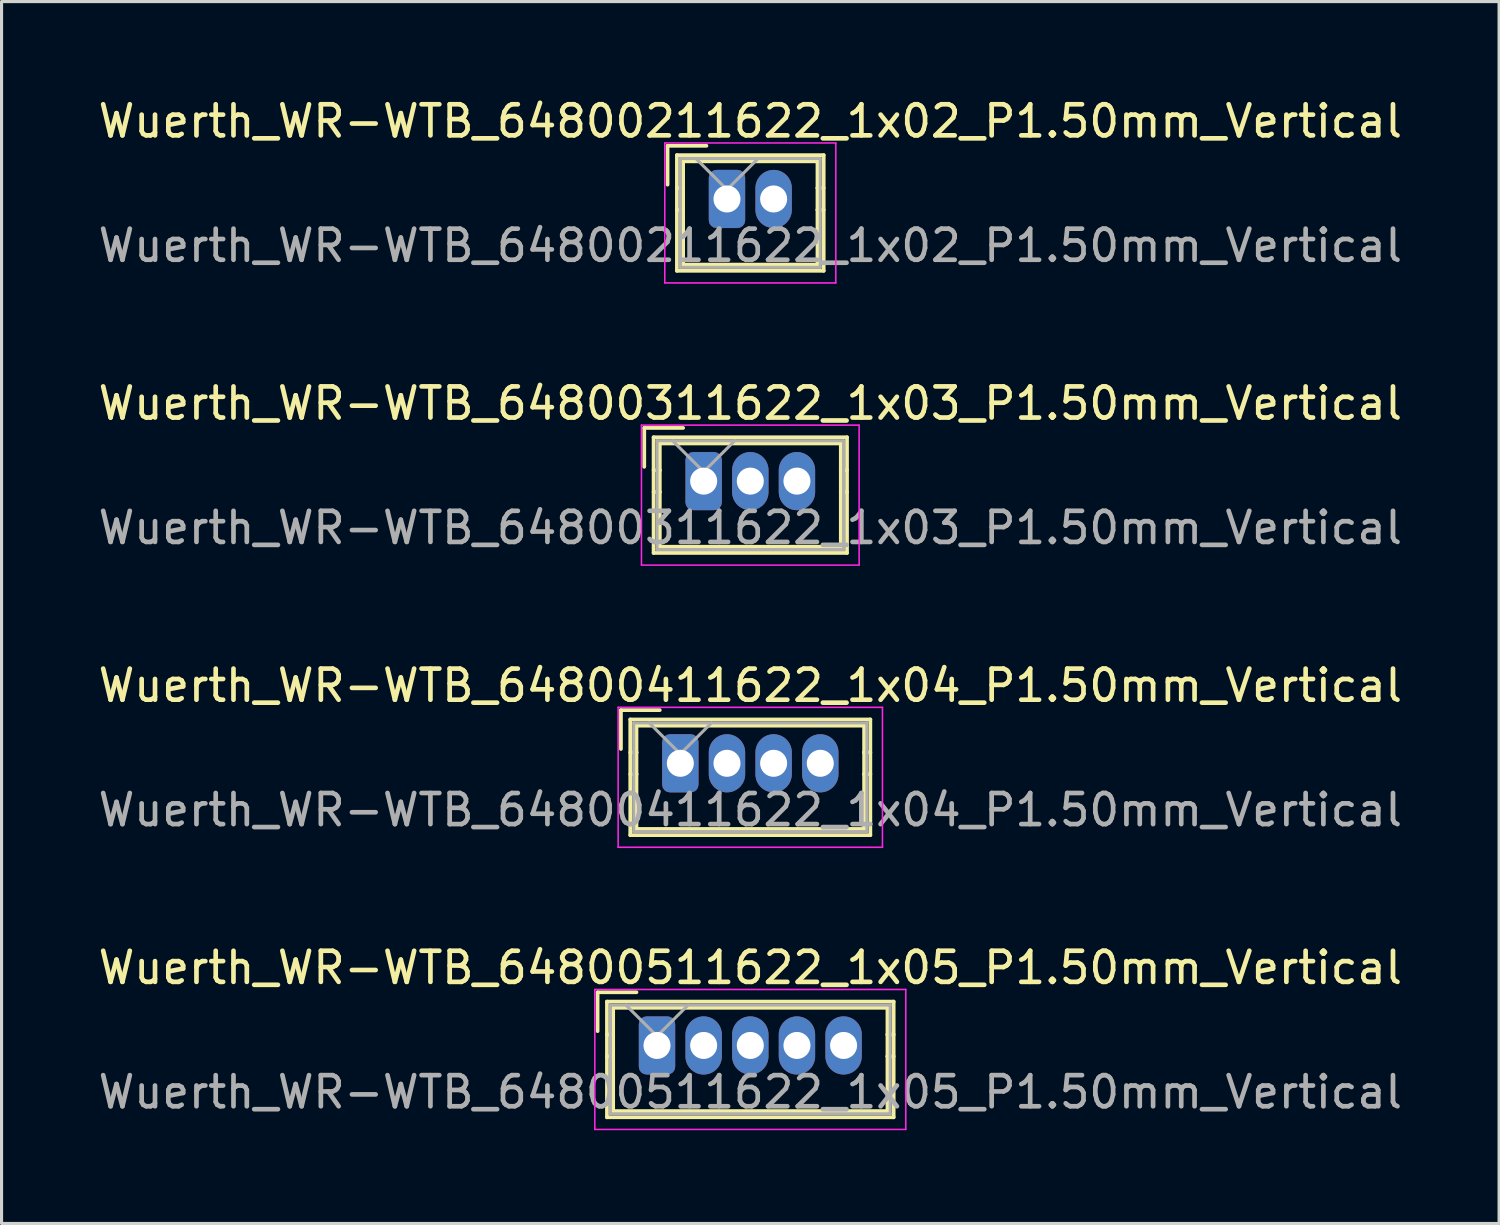
<source format=kicad_pcb>
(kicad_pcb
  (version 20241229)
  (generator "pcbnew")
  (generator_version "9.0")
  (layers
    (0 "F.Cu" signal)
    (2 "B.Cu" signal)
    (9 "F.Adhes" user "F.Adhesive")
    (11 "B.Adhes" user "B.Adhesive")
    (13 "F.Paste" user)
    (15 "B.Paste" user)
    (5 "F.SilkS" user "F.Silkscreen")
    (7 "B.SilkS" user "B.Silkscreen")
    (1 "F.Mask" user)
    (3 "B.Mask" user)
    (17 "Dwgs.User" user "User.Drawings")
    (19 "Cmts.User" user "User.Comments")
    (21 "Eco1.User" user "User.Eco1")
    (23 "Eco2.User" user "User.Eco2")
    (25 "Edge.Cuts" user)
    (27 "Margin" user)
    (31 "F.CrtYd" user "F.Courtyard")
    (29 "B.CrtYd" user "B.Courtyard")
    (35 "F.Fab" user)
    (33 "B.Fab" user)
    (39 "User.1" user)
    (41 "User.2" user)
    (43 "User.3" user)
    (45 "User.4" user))
  (footprint "Wuerth_WR-WTB_64800211622_1x02_P1.50mm_Vertical"
    (layer "F.Cu")
    (at 20.327 3.348)
    (property "Reference" "Wuerth_WR-WTB_64800211622_1x02_P1.50mm_Vertical" (at 0.75 -2.5 0) (layer "F.SilkS") (effects (font (size 1 1) (thickness 0.15))))
    (attr through_hole)
    (fp_line (start -1.91 -1.71) (end -1.91 -0.46) (stroke (width 0.12) (type solid)) (layer "F.SilkS"))
    (fp_line (start -1.61 -1.41) (end -1.61 2.31) (stroke (width 0.12) (type solid)) (layer "F.SilkS"))
    (fp_line (start -1.61 -0.35) (end -1.41 -0.35) (stroke (width 0.12) (type solid)) (layer "F.SilkS"))
    (fp_line (start -1.61 2.31) (end 3.11 2.31) (stroke (width 0.12) (type solid)) (layer "F.SilkS"))
    (fp_line (start -1.41 -1.21) (end 2.91 -1.21) (stroke (width 0.12) (type solid)) (layer "F.SilkS"))
    (fp_line (start -1.41 -0.35) (end -1.41 -1.21) (stroke (width 0.12) (type solid)) (layer "F.SilkS"))
    (fp_line (start -1.41 -0.35) (end -1.41 0.35) (stroke (width 0.12) (type solid)) (layer "F.SilkS"))
    (fp_line (start -1.41 0.35) (end -1.61 0.35) (stroke (width 0.12) (type solid)) (layer "F.SilkS"))
    (fp_line (start -1.41 0.35) (end -1.41 2.11) (stroke (width 0.12) (type solid)) (layer "F.SilkS"))
    (fp_line (start -1.41 2.11) (end 2.91 2.11) (stroke (width 0.12) (type solid)) (layer "F.SilkS"))
    (fp_line (start -0.66 -1.71) (end -1.91 -1.71) (stroke (width 0.12) (type solid)) (layer "F.SilkS"))
    (fp_line (start 2.91 -1.21) (end 2.91 -0.35) (stroke (width 0.12) (type solid)) (layer "F.SilkS"))
    (fp_line (start 2.91 -0.35) (end 2.91 0.35) (stroke (width 0.12) (type solid)) (layer "F.SilkS"))
    (fp_line (start 2.91 -0.35) (end 3.11 -0.35) (stroke (width 0.12) (type solid)) (layer "F.SilkS"))
    (fp_line (start 2.91 0.35) (end 3.11 0.35) (stroke (width 0.12) (type solid)) (layer "F.SilkS"))
    (fp_line (start 2.91 2.11) (end 2.91 0.35) (stroke (width 0.12) (type solid)) (layer "F.SilkS"))
    (fp_line (start 3.11 -1.41) (end -1.61 -1.41) (stroke (width 0.12) (type solid)) (layer "F.SilkS"))
    (fp_line (start 3.11 2.31) (end 3.11 -1.41) (stroke (width 0.12) (type solid)) (layer "F.SilkS"))
    (fp_line (start -2 -1.8) (end -2 2.7) (stroke (width 0.05) (type solid)) (layer "F.CrtYd"))
    (fp_line (start -2 2.7) (end 3.5 2.7) (stroke (width 0.05) (type solid)) (layer "F.CrtYd"))
    (fp_line (start 3.5 -1.8) (end -2 -1.8) (stroke (width 0.05) (type solid)) (layer "F.CrtYd"))
    (fp_line (start 3.5 2.7) (end 3.5 -1.8) (stroke (width 0.05) (type solid)) (layer "F.CrtYd"))
    (fp_line (start -1.5 -1.3) (end -1.5 2.2) (stroke (width 0.1) (type solid)) (layer "F.Fab"))
    (fp_line (start -1.5 2.2) (end 3 2.2) (stroke (width 0.1) (type solid)) (layer "F.Fab"))
    (fp_line (start -1 -1.3) (end 0 -0.3) (stroke (width 0.1) (type solid)) (layer "F.Fab"))
    (fp_line (start 0 -0.3) (end 1 -1.3) (stroke (width 0.1) (type solid)) (layer "F.Fab"))
    (fp_line (start 3 -1.3) (end -1.5 -1.3) (stroke (width 0.1) (type solid)) (layer "F.Fab"))
    (fp_line (start 3 2.2) (end 3 -1.3) (stroke (width 0.1) (type solid)) (layer "F.Fab"))
    (fp_text user "${REFERENCE}" (at 0.75 1.5 0) (layer "F.Fab") (effects (font (size 1 1) (thickness 0.15))))
    (pad "1" thru_hole roundrect (at 0 0) (size 1.17 1.87) (drill 0.87) (layers "*.Cu" "*.Mask") (roundrect_rratio 0.214))
    (pad "2" thru_hole oval (at 1.5 0) (size 1.17 1.87) (drill 0.87) (layers "*.Cu" "*.Mask")))
  (footprint "Wuerth_WR-WTB_64800511622_1x05_P1.50mm_Vertical"
    (layer "F.Cu")
    (at 18.077 30.568)
    (property "Reference" "Wuerth_WR-WTB_64800511622_1x05_P1.50mm_Vertical" (at 3 -2.5 0) (layer "F.SilkS") (effects (font (size 1 1) (thickness 0.15))))
    (attr through_hole)
    (fp_line (start -1.91 -1.71) (end -1.91 -0.46) (stroke (width 0.12) (type solid)) (layer "F.SilkS"))
    (fp_line (start -1.61 -1.41) (end -1.61 2.31) (stroke (width 0.12) (type solid)) (layer "F.SilkS"))
    (fp_line (start -1.61 -0.35) (end -1.41 -0.35) (stroke (width 0.12) (type solid)) (layer "F.SilkS"))
    (fp_line (start -1.61 2.31) (end 7.61 2.31) (stroke (width 0.12) (type solid)) (layer "F.SilkS"))
    (fp_line (start -1.41 -1.21) (end 7.41 -1.21) (stroke (width 0.12) (type solid)) (layer "F.SilkS"))
    (fp_line (start -1.41 -0.35) (end -1.41 -1.21) (stroke (width 0.12) (type solid)) (layer "F.SilkS"))
    (fp_line (start -1.41 -0.35) (end -1.41 0.35) (stroke (width 0.12) (type solid)) (layer "F.SilkS"))
    (fp_line (start -1.41 0.35) (end -1.61 0.35) (stroke (width 0.12) (type solid)) (layer "F.SilkS"))
    (fp_line (start -1.41 0.35) (end -1.41 2.11) (stroke (width 0.12) (type solid)) (layer "F.SilkS"))
    (fp_line (start -1.41 2.11) (end 7.41 2.11) (stroke (width 0.12) (type solid)) (layer "F.SilkS"))
    (fp_line (start -0.66 -1.71) (end -1.91 -1.71) (stroke (width 0.12) (type solid)) (layer "F.SilkS"))
    (fp_line (start 7.41 -1.21) (end 7.41 -0.35) (stroke (width 0.12) (type solid)) (layer "F.SilkS"))
    (fp_line (start 7.41 -0.35) (end 7.41 0.35) (stroke (width 0.12) (type solid)) (layer "F.SilkS"))
    (fp_line (start 7.41 -0.35) (end 7.61 -0.35) (stroke (width 0.12) (type solid)) (layer "F.SilkS"))
    (fp_line (start 7.41 0.35) (end 7.61 0.35) (stroke (width 0.12) (type solid)) (layer "F.SilkS"))
    (fp_line (start 7.41 2.11) (end 7.41 0.35) (stroke (width 0.12) (type solid)) (layer "F.SilkS"))
    (fp_line (start 7.61 -1.41) (end -1.61 -1.41) (stroke (width 0.12) (type solid)) (layer "F.SilkS"))
    (fp_line (start 7.61 2.31) (end 7.61 -1.41) (stroke (width 0.12) (type solid)) (layer "F.SilkS"))
    (fp_line (start -2 -1.8) (end -2 2.7) (stroke (width 0.05) (type solid)) (layer "F.CrtYd"))
    (fp_line (start -2 2.7) (end 8 2.7) (stroke (width 0.05) (type solid)) (layer "F.CrtYd"))
    (fp_line (start 8 -1.8) (end -2 -1.8) (stroke (width 0.05) (type solid)) (layer "F.CrtYd"))
    (fp_line (start 8 2.7) (end 8 -1.8) (stroke (width 0.05) (type solid)) (layer "F.CrtYd"))
    (fp_line (start -1.5 -1.3) (end -1.5 2.2) (stroke (width 0.1) (type solid)) (layer "F.Fab"))
    (fp_line (start -1.5 2.2) (end 7.5 2.2) (stroke (width 0.1) (type solid)) (layer "F.Fab"))
    (fp_line (start -1 -1.3) (end 0 -0.3) (stroke (width 0.1) (type solid)) (layer "F.Fab"))
    (fp_line (start 0 -0.3) (end 1 -1.3) (stroke (width 0.1) (type solid)) (layer "F.Fab"))
    (fp_line (start 7.5 -1.3) (end -1.5 -1.3) (stroke (width 0.1) (type solid)) (layer "F.Fab"))
    (fp_line (start 7.5 2.2) (end 7.5 -1.3) (stroke (width 0.1) (type solid)) (layer "F.Fab"))
    (fp_text user "${REFERENCE}" (at 3 1.5 0) (layer "F.Fab") (effects (font (size 1 1) (thickness 0.15))))
    (pad "1" thru_hole roundrect (at 0 0) (size 1.17 1.87) (drill 0.87) (layers "*.Cu" "*.Mask") (roundrect_rratio 0.214))
    (pad "2" thru_hole oval (at 1.5 0) (size 1.17 1.87) (drill 0.87) (layers "*.Cu" "*.Mask"))
    (pad "3" thru_hole oval (at 3 0) (size 1.17 1.87) (drill 0.87) (layers "*.Cu" "*.Mask"))
    (pad "4" thru_hole oval (at 4.5 0) (size 1.17 1.87) (drill 0.87) (layers "*.Cu" "*.Mask"))
    (pad "5" thru_hole oval (at 6 0) (size 1.17 1.87) (drill 0.87) (layers "*.Cu" "*.Mask")))
  (footprint "Wuerth_WR-WTB_64800411622_1x04_P1.50mm_Vertical"
    (layer "F.Cu")
    (at 18.827 21.495)
    (property "Reference" "Wuerth_WR-WTB_64800411622_1x04_P1.50mm_Vertical" (at 2.25 -2.5 0) (layer "F.SilkS") (effects (font (size 1 1) (thickness 0.15))))
    (attr through_hole)
    (fp_line (start -1.91 -1.71) (end -1.91 -0.46) (stroke (width 0.12) (type solid)) (layer "F.SilkS"))
    (fp_line (start -1.61 -1.41) (end -1.61 2.31) (stroke (width 0.12) (type solid)) (layer "F.SilkS"))
    (fp_line (start -1.61 -0.35) (end -1.41 -0.35) (stroke (width 0.12) (type solid)) (layer "F.SilkS"))
    (fp_line (start -1.61 2.31) (end 6.11 2.31) (stroke (width 0.12) (type solid)) (layer "F.SilkS"))
    (fp_line (start -1.41 -1.21) (end 5.91 -1.21) (stroke (width 0.12) (type solid)) (layer "F.SilkS"))
    (fp_line (start -1.41 -0.35) (end -1.41 -1.21) (stroke (width 0.12) (type solid)) (layer "F.SilkS"))
    (fp_line (start -1.41 -0.35) (end -1.41 0.35) (stroke (width 0.12) (type solid)) (layer "F.SilkS"))
    (fp_line (start -1.41 0.35) (end -1.61 0.35) (stroke (width 0.12) (type solid)) (layer "F.SilkS"))
    (fp_line (start -1.41 0.35) (end -1.41 2.11) (stroke (width 0.12) (type solid)) (layer "F.SilkS"))
    (fp_line (start -1.41 2.11) (end 5.91 2.11) (stroke (width 0.12) (type solid)) (layer "F.SilkS"))
    (fp_line (start -0.66 -1.71) (end -1.91 -1.71) (stroke (width 0.12) (type solid)) (layer "F.SilkS"))
    (fp_line (start 5.91 -1.21) (end 5.91 -0.35) (stroke (width 0.12) (type solid)) (layer "F.SilkS"))
    (fp_line (start 5.91 -0.35) (end 5.91 0.35) (stroke (width 0.12) (type solid)) (layer "F.SilkS"))
    (fp_line (start 5.91 -0.35) (end 6.11 -0.35) (stroke (width 0.12) (type solid)) (layer "F.SilkS"))
    (fp_line (start 5.91 0.35) (end 6.11 0.35) (stroke (width 0.12) (type solid)) (layer "F.SilkS"))
    (fp_line (start 5.91 2.11) (end 5.91 0.35) (stroke (width 0.12) (type solid)) (layer "F.SilkS"))
    (fp_line (start 6.11 -1.41) (end -1.61 -1.41) (stroke (width 0.12) (type solid)) (layer "F.SilkS"))
    (fp_line (start 6.11 2.31) (end 6.11 -1.41) (stroke (width 0.12) (type solid)) (layer "F.SilkS"))
    (fp_line (start -2 -1.8) (end -2 2.7) (stroke (width 0.05) (type solid)) (layer "F.CrtYd"))
    (fp_line (start -2 2.7) (end 6.5 2.7) (stroke (width 0.05) (type solid)) (layer "F.CrtYd"))
    (fp_line (start 6.5 -1.8) (end -2 -1.8) (stroke (width 0.05) (type solid)) (layer "F.CrtYd"))
    (fp_line (start 6.5 2.7) (end 6.5 -1.8) (stroke (width 0.05) (type solid)) (layer "F.CrtYd"))
    (fp_line (start -1.5 -1.3) (end -1.5 2.2) (stroke (width 0.1) (type solid)) (layer "F.Fab"))
    (fp_line (start -1.5 2.2) (end 6 2.2) (stroke (width 0.1) (type solid)) (layer "F.Fab"))
    (fp_line (start -1 -1.3) (end 0 -0.3) (stroke (width 0.1) (type solid)) (layer "F.Fab"))
    (fp_line (start 0 -0.3) (end 1 -1.3) (stroke (width 0.1) (type solid)) (layer "F.Fab"))
    (fp_line (start 6 -1.3) (end -1.5 -1.3) (stroke (width 0.1) (type solid)) (layer "F.Fab"))
    (fp_line (start 6 2.2) (end 6 -1.3) (stroke (width 0.1) (type solid)) (layer "F.Fab"))
    (fp_text user "${REFERENCE}" (at 2.25 1.5 0) (layer "F.Fab") (effects (font (size 1 1) (thickness 0.15))))
    (pad "1" thru_hole roundrect (at 0 0) (size 1.17 1.87) (drill 0.87) (layers "*.Cu" "*.Mask") (roundrect_rratio 0.214))
    (pad "2" thru_hole oval (at 1.5 0) (size 1.17 1.87) (drill 0.87) (layers "*.Cu" "*.Mask"))
    (pad "3" thru_hole oval (at 3 0) (size 1.17 1.87) (drill 0.87) (layers "*.Cu" "*.Mask"))
    (pad "4" thru_hole oval (at 4.5 0) (size 1.17 1.87) (drill 0.87) (layers "*.Cu" "*.Mask")))
  (footprint "Wuerth_WR-WTB_64800311622_1x03_P1.50mm_Vertical"
    (layer "F.Cu")
    (at 19.577 12.421)
    (property "Reference" "Wuerth_WR-WTB_64800311622_1x03_P1.50mm_Vertical" (at 1.5 -2.5 0) (layer "F.SilkS") (effects (font (size 1 1) (thickness 0.15))))
    (attr through_hole)
    (fp_line (start -1.91 -1.71) (end -1.91 -0.46) (stroke (width 0.12) (type solid)) (layer "F.SilkS"))
    (fp_line (start -1.61 -1.41) (end -1.61 2.31) (stroke (width 0.12) (type solid)) (layer "F.SilkS"))
    (fp_line (start -1.61 -0.35) (end -1.41 -0.35) (stroke (width 0.12) (type solid)) (layer "F.SilkS"))
    (fp_line (start -1.61 2.31) (end 4.61 2.31) (stroke (width 0.12) (type solid)) (layer "F.SilkS"))
    (fp_line (start -1.41 -1.21) (end 4.41 -1.21) (stroke (width 0.12) (type solid)) (layer "F.SilkS"))
    (fp_line (start -1.41 -0.35) (end -1.41 -1.21) (stroke (width 0.12) (type solid)) (layer "F.SilkS"))
    (fp_line (start -1.41 -0.35) (end -1.41 0.35) (stroke (width 0.12) (type solid)) (layer "F.SilkS"))
    (fp_line (start -1.41 0.35) (end -1.61 0.35) (stroke (width 0.12) (type solid)) (layer "F.SilkS"))
    (fp_line (start -1.41 0.35) (end -1.41 2.11) (stroke (width 0.12) (type solid)) (layer "F.SilkS"))
    (fp_line (start -1.41 2.11) (end 4.41 2.11) (stroke (width 0.12) (type solid)) (layer "F.SilkS"))
    (fp_line (start -0.66 -1.71) (end -1.91 -1.71) (stroke (width 0.12) (type solid)) (layer "F.SilkS"))
    (fp_line (start 4.41 -1.21) (end 4.41 -0.35) (stroke (width 0.12) (type solid)) (layer "F.SilkS"))
    (fp_line (start 4.41 -0.35) (end 4.41 0.35) (stroke (width 0.12) (type solid)) (layer "F.SilkS"))
    (fp_line (start 4.41 -0.35) (end 4.61 -0.35) (stroke (width 0.12) (type solid)) (layer "F.SilkS"))
    (fp_line (start 4.41 0.35) (end 4.61 0.35) (stroke (width 0.12) (type solid)) (layer "F.SilkS"))
    (fp_line (start 4.41 2.11) (end 4.41 0.35) (stroke (width 0.12) (type solid)) (layer "F.SilkS"))
    (fp_line (start 4.61 -1.41) (end -1.61 -1.41) (stroke (width 0.12) (type solid)) (layer "F.SilkS"))
    (fp_line (start 4.61 2.31) (end 4.61 -1.41) (stroke (width 0.12) (type solid)) (layer "F.SilkS"))
    (fp_line (start -2 -1.8) (end -2 2.7) (stroke (width 0.05) (type solid)) (layer "F.CrtYd"))
    (fp_line (start -2 2.7) (end 5 2.7) (stroke (width 0.05) (type solid)) (layer "F.CrtYd"))
    (fp_line (start 5 -1.8) (end -2 -1.8) (stroke (width 0.05) (type solid)) (layer "F.CrtYd"))
    (fp_line (start 5 2.7) (end 5 -1.8) (stroke (width 0.05) (type solid)) (layer "F.CrtYd"))
    (fp_line (start -1.5 -1.3) (end -1.5 2.2) (stroke (width 0.1) (type solid)) (layer "F.Fab"))
    (fp_line (start -1.5 2.2) (end 4.5 2.2) (stroke (width 0.1) (type solid)) (layer "F.Fab"))
    (fp_line (start -1 -1.3) (end 0 -0.3) (stroke (width 0.1) (type solid)) (layer "F.Fab"))
    (fp_line (start 0 -0.3) (end 1 -1.3) (stroke (width 0.1) (type solid)) (layer "F.Fab"))
    (fp_line (start 4.5 -1.3) (end -1.5 -1.3) (stroke (width 0.1) (type solid)) (layer "F.Fab"))
    (fp_line (start 4.5 2.2) (end 4.5 -1.3) (stroke (width 0.1) (type solid)) (layer "F.Fab"))
    (fp_text user "${REFERENCE}" (at 1.5 1.5 0) (layer "F.Fab") (effects (font (size 1 1) (thickness 0.15))))
    (pad "1" thru_hole roundrect (at 0 0) (size 1.17 1.87) (drill 0.87) (layers "*.Cu" "*.Mask") (roundrect_rratio 0.214))
    (pad "2" thru_hole oval (at 1.5 0) (size 1.17 1.87) (drill 0.87) (layers "*.Cu" "*.Mask"))
    (pad "3" thru_hole oval (at 3 0) (size 1.17 1.87) (drill 0.87) (layers "*.Cu" "*.Mask")))
  (gr_rect
    (start -3 -3)
    (end 45.155 36.293)
    (stroke (width 0.1) (type default))
    (fill no)
    (layer "Edge.Cuts")))
</source>
